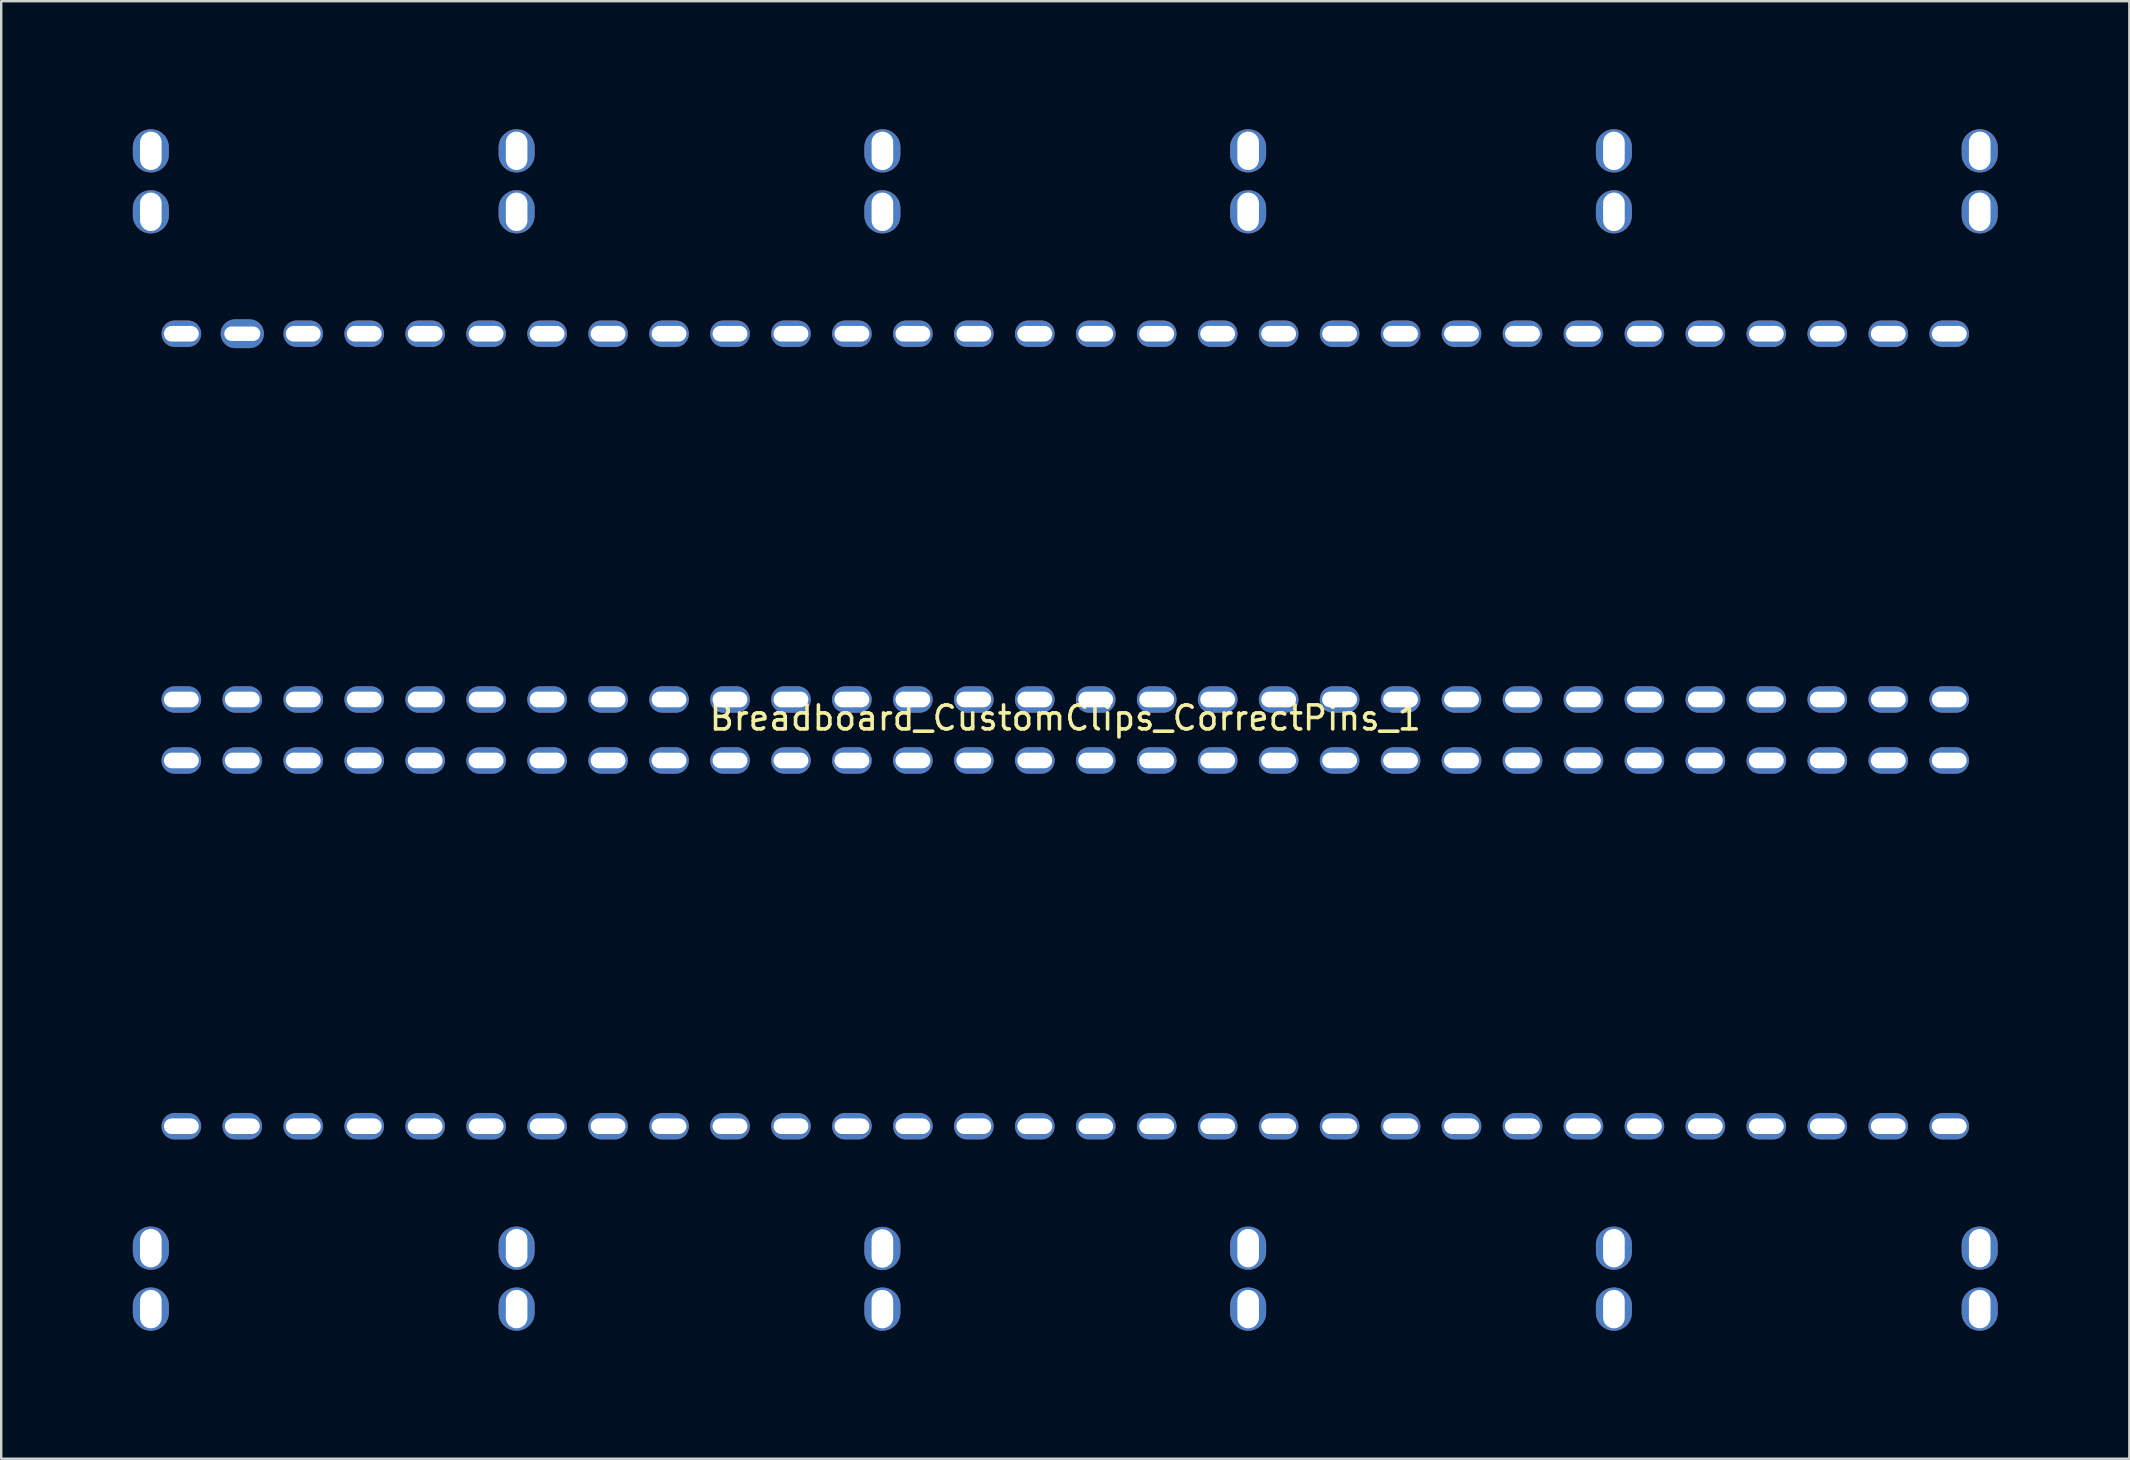
<source format=kicad_pcb>
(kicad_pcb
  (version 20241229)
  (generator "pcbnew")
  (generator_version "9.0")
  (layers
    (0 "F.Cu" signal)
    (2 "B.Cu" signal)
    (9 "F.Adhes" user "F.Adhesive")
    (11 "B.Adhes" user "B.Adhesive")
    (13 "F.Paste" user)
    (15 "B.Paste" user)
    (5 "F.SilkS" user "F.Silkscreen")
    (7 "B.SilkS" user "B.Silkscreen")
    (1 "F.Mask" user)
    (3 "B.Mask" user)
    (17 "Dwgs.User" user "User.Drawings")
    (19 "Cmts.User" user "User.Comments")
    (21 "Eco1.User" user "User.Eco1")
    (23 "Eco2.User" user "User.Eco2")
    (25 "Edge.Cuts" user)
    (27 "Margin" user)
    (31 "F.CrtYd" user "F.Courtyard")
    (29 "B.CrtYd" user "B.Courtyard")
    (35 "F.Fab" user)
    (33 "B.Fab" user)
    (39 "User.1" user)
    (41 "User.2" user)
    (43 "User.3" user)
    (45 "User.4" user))
  (footprint "Breadboard_CustomClips_CorrectPins_1"
    (layer "F.Cu")
    (at 41.335 27.365)
    (property "Reference" "Breadboard_CustomClips_CorrectPins_1" (at 0 -0.5 0) (unlocked yes) (layer "F.SilkS") (effects (font (size 1 1) (thickness 0.15))))
    (attr smd)
    (fp_rect (start -41.275 -27.305) (end 41.275 27.305) (stroke (width 0.12) (type default)) (fill no) (layer "User.3"))
    (fp_rect (start -38.125 -10.16) (end -35.56 -7.62) (stroke (width 0.12) (type default)) (fill no) (layer "User.4"))
    (fp_rect (start -38.125 7.62) (end -35.56 10.16) (stroke (width 0.12) (type default)) (fill no) (layer "User.4"))
    (fp_rect (start -38.125 7.62) (end -35.56 10.16) (stroke (width 0.12) (type default)) (fill no) (layer "User.4"))
    (fp_rect (start -35.585 -10.16) (end -33.02 -7.62) (stroke (width 0.12) (type default)) (fill no) (layer "User.4"))
    (fp_rect (start -35.585 7.62) (end -33.02 10.16) (stroke (width 0.12) (type default)) (fill no) (layer "User.4"))
    (fp_rect (start -35.585 7.62) (end -33.02 10.16) (stroke (width 0.12) (type default)) (fill no) (layer "User.4"))
    (fp_rect (start -33.045 -10.16) (end -30.48 -7.62) (stroke (width 0.12) (type default)) (fill no) (layer "User.4"))
    (fp_rect (start -33.045 7.62) (end -30.48 10.16) (stroke (width 0.12) (type default)) (fill no) (layer "User.4"))
    (fp_rect (start -33.045 7.62) (end -30.48 10.16) (stroke (width 0.12) (type default)) (fill no) (layer "User.4"))
    (fp_rect (start -30.505 -10.16) (end -27.94 -7.62) (stroke (width 0.12) (type default)) (fill no) (layer "User.4"))
    (fp_rect (start -30.505 7.62) (end -27.94 10.16) (stroke (width 0.12) (type default)) (fill no) (layer "User.4"))
    (fp_rect (start -30.505 7.62) (end -27.94 10.16) (stroke (width 0.12) (type default)) (fill no) (layer "User.4"))
    (fp_rect (start -29.21 -25.413) (end -31.75 -22.847) (stroke (width 0.12) (type default)) (fill no) (layer "User.4"))
    (fp_rect (start -29.21 -22.873) (end -31.75 -20.307) (stroke (width 0.12) (type default)) (fill no) (layer "User.4"))
    (fp_rect (start -29.21 20.307) (end -31.75 22.873) (stroke (width 0.12) (type default)) (fill no) (layer "User.4"))
    (fp_rect (start -29.21 22.847) (end -31.75 25.413) (stroke (width 0.12) (type default)) (fill no) (layer "User.4"))
    (fp_rect (start -27.965 -10.16) (end -25.4 -7.62) (stroke (width 0.12) (type default)) (fill no) (layer "User.4"))
    (fp_rect (start -27.965 7.62) (end -25.4 10.16) (stroke (width 0.12) (type default)) (fill no) (layer "User.4"))
    (fp_rect (start -27.965 7.62) (end -25.4 10.16) (stroke (width 0.12) (type default)) (fill no) (layer "User.4"))
    (fp_rect (start -25.425 -10.16) (end -22.86 -7.62) (stroke (width 0.12) (type default)) (fill no) (layer "User.4"))
    (fp_rect (start -25.425 7.62) (end -22.86 10.16) (stroke (width 0.12) (type default)) (fill no) (layer "User.4"))
    (fp_rect (start -25.425 7.62) (end -22.86 10.16) (stroke (width 0.12) (type default)) (fill no) (layer "User.4"))
    (fp_rect (start -22.885 -10.16) (end -20.32 -7.62) (stroke (width 0.12) (type default)) (fill no) (layer "User.4"))
    (fp_rect (start -22.885 7.62) (end -20.32 10.16) (stroke (width 0.12) (type default)) (fill no) (layer "User.4"))
    (fp_rect (start -22.885 7.62) (end -20.32 10.16) (stroke (width 0.12) (type default)) (fill no) (layer "User.4"))
    (fp_rect (start -20.345 -10.16) (end -17.78 -7.62) (stroke (width 0.12) (type default)) (fill no) (layer "User.4"))
    (fp_rect (start -20.345 7.62) (end -17.78 10.16) (stroke (width 0.12) (type default)) (fill no) (layer "User.4"))
    (fp_rect (start -20.345 7.62) (end -17.78 10.16) (stroke (width 0.12) (type default)) (fill no) (layer "User.4"))
    (fp_rect (start -17.805 -10.16) (end -15.24 -7.62) (stroke (width 0.12) (type default)) (fill no) (layer "User.4"))
    (fp_rect (start -17.805 7.62) (end -15.24 10.16) (stroke (width 0.12) (type default)) (fill no) (layer "User.4"))
    (fp_rect (start -17.805 7.62) (end -15.24 10.16) (stroke (width 0.12) (type default)) (fill no) (layer "User.4"))
    (fp_rect (start -15.265 -10.16) (end -12.7 -7.62) (stroke (width 0.12) (type default)) (fill no) (layer "User.4"))
    (fp_rect (start -15.265 7.62) (end -12.7 10.16) (stroke (width 0.12) (type default)) (fill no) (layer "User.4"))
    (fp_rect (start -15.265 7.62) (end -12.7 10.16) (stroke (width 0.12) (type default)) (fill no) (layer "User.4"))
    (fp_rect (start -13.97 -25.413) (end -16.51 -22.847) (stroke (width 0.12) (type default)) (fill no) (layer "User.4"))
    (fp_rect (start -13.97 -22.873) (end -16.51 -20.307) (stroke (width 0.12) (type default)) (fill no) (layer "User.4"))
    (fp_rect (start -13.97 20.307) (end -16.51 22.873) (stroke (width 0.12) (type default)) (fill no) (layer "User.4"))
    (fp_rect (start -13.97 22.847) (end -16.51 25.413) (stroke (width 0.12) (type default)) (fill no) (layer "User.4"))
    (fp_rect (start -12.7 -10.16) (end -10.135 -7.62) (stroke (width 0.12) (type default)) (fill no) (layer "User.4"))
    (fp_rect (start -12.7 7.62) (end -10.135 10.16) (stroke (width 0.12) (type default)) (fill no) (layer "User.4"))
    (fp_rect (start -12.7 7.62) (end -10.135 10.16) (stroke (width 0.12) (type default)) (fill no) (layer "User.4"))
    (fp_rect (start -10.16 -10.16) (end -7.595 -7.62) (stroke (width 0.12) (type default)) (fill no) (layer "User.4"))
    (fp_rect (start -10.16 7.62) (end -7.595 10.16) (stroke (width 0.12) (type default)) (fill no) (layer "User.4"))
    (fp_rect (start -10.16 7.62) (end -7.595 10.16) (stroke (width 0.12) (type default)) (fill no) (layer "User.4"))
    (fp_rect (start -7.62 -10.16) (end -5.055 -7.62) (stroke (width 0.12) (type default)) (fill no) (layer "User.4"))
    (fp_rect (start -7.62 7.62) (end -5.055 10.16) (stroke (width 0.12) (type default)) (fill no) (layer "User.4"))
    (fp_rect (start -7.62 7.62) (end -5.055 10.16) (stroke (width 0.12) (type default)) (fill no) (layer "User.4"))
    (fp_rect (start -5.08 -10.16) (end -2.515 -7.62) (stroke (width 0.12) (type default)) (fill no) (layer "User.4"))
    (fp_rect (start -5.08 7.62) (end -2.515 10.16) (stroke (width 0.12) (type default)) (fill no) (layer "User.4"))
    (fp_rect (start -5.08 7.62) (end -2.515 10.16) (stroke (width 0.12) (type default)) (fill no) (layer "User.4"))
    (fp_rect (start -2.54 -10.16) (end 0.025 -7.62) (stroke (width 0.12) (type default)) (fill no) (layer "User.4"))
    (fp_rect (start -2.54 7.62) (end 0.025 10.16) (stroke (width 0.12) (type default)) (fill no) (layer "User.4"))
    (fp_rect (start -0.025 -10.16) (end 2.54 -7.62) (stroke (width 0.12) (type default)) (fill no) (layer "User.4"))
    (fp_rect (start -0.025 7.62) (end 2.54 10.16) (stroke (width 0.12) (type default)) (fill no) (layer "User.4"))
    (fp_rect (start 0 -10.16) (end 2.565 -7.62) (stroke (width 0.12) (type default)) (fill no) (layer "User.4"))
    (fp_rect (start 0 7.62) (end 2.565 10.16) (stroke (width 0.12) (type default)) (fill no) (layer "User.4"))
    (fp_rect (start 1.27 -25.413) (end -1.27 -22.847) (stroke (width 0.12) (type default)) (fill no) (layer "User.4"))
    (fp_rect (start 1.27 -22.873) (end -1.27 -20.307) (stroke (width 0.12) (type default)) (fill no) (layer "User.4"))
    (fp_rect (start 1.27 20.307) (end -1.27 22.873) (stroke (width 0.12) (type default)) (fill no) (layer "User.4"))
    (fp_rect (start 1.27 22.847) (end -1.27 25.413) (stroke (width 0.12) (type default)) (fill no) (layer "User.4"))
    (fp_rect (start 2.515 -10.16) (end 5.08 -7.62) (stroke (width 0.12) (type default)) (fill no) (layer "User.4"))
    (fp_rect (start 2.515 7.62) (end 5.08 10.16) (stroke (width 0.12) (type default)) (fill no) (layer "User.4"))
    (fp_rect (start 2.54 -10.16) (end 5.105 -7.62) (stroke (width 0.12) (type default)) (fill no) (layer "User.4"))
    (fp_rect (start 2.54 7.62) (end 5.105 10.16) (stroke (width 0.12) (type default)) (fill no) (layer "User.4"))
    (fp_rect (start 5.055 -10.16) (end 7.62 -7.62) (stroke (width 0.12) (type default)) (fill no) (layer "User.4"))
    (fp_rect (start 5.055 7.62) (end 7.62 10.16) (stroke (width 0.12) (type default)) (fill no) (layer "User.4"))
    (fp_rect (start 5.08 -10.16) (end 7.645 -7.62) (stroke (width 0.12) (type default)) (fill no) (layer "User.4"))
    (fp_rect (start 5.08 7.62) (end 7.645 10.16) (stroke (width 0.12) (type default)) (fill no) (layer "User.4"))
    (fp_rect (start 7.595 -10.16) (end 10.16 -7.62) (stroke (width 0.12) (type default)) (fill no) (layer "User.4"))
    (fp_rect (start 7.595 7.62) (end 10.16 10.16) (stroke (width 0.12) (type default)) (fill no) (layer "User.4"))
    (fp_rect (start 7.62 -10.16) (end 10.185 -7.62) (stroke (width 0.12) (type default)) (fill no) (layer "User.4"))
    (fp_rect (start 7.62 7.62) (end 10.185 10.16) (stroke (width 0.12) (type default)) (fill no) (layer "User.4"))
    (fp_rect (start 10.135 -10.16) (end 12.7 -7.62) (stroke (width 0.12) (type default)) (fill no) (layer "User.4"))
    (fp_rect (start 10.135 7.62) (end 12.7 10.16) (stroke (width 0.12) (type default)) (fill no) (layer "User.4"))
    (fp_rect (start 10.16 -10.16) (end 12.725 -7.62) (stroke (width 0.12) (type default)) (fill no) (layer "User.4"))
    (fp_rect (start 10.16 7.62) (end 12.725 10.16) (stroke (width 0.12) (type default)) (fill no) (layer "User.4"))
    (fp_rect (start 12.675 -10.16) (end 15.24 -7.62) (stroke (width 0.12) (type default)) (fill no) (layer "User.4"))
    (fp_rect (start 12.675 -10.16) (end 15.24 -7.62) (stroke (width 0.12) (type default)) (fill no) (layer "User.4"))
    (fp_rect (start 12.675 7.62) (end 15.24 10.16) (stroke (width 0.12) (type default)) (fill no) (layer "User.4"))
    (fp_rect (start 12.687 7.62) (end 15.253 10.16) (stroke (width 0.12) (type default)) (fill no) (layer "User.4"))
    (fp_rect (start 15.215 -10.16) (end 17.78 -7.62) (stroke (width 0.12) (type default)) (fill no) (layer "User.4"))
    (fp_rect (start 15.215 7.62) (end 17.78 10.16) (stroke (width 0.12) (type default)) (fill no) (layer "User.4"))
    (fp_rect (start 15.227 -10.16) (end 17.793 -7.62) (stroke (width 0.12) (type default)) (fill no) (layer "User.4"))
    (fp_rect (start 15.227 7.62) (end 17.793 10.16) (stroke (width 0.12) (type default)) (fill no) (layer "User.4"))
    (fp_rect (start 16.51 -25.413) (end 13.97 -22.847) (stroke (width 0.12) (type default)) (fill no) (layer "User.4"))
    (fp_rect (start 16.51 -22.885) (end 13.97 -20.32) (stroke (width 0.12) (type default)) (fill no) (layer "User.4"))
    (fp_rect (start 16.51 20.307) (end 13.97 22.873) (stroke (width 0.12) (type default)) (fill no) (layer "User.4"))
    (fp_rect (start 16.51 22.847) (end 13.97 25.413) (stroke (width 0.12) (type default)) (fill no) (layer "User.4"))
    (fp_rect (start 17.755 -10.16) (end 20.32 -7.62) (stroke (width 0.12) (type default)) (fill no) (layer "User.4"))
    (fp_rect (start 17.755 7.62) (end 20.32 10.16) (stroke (width 0.12) (type default)) (fill no) (layer "User.4"))
    (fp_rect (start 17.767 -10.16) (end 20.333 -7.62) (stroke (width 0.12) (type default)) (fill no) (layer "User.4"))
    (fp_rect (start 17.767 7.62) (end 20.333 10.16) (stroke (width 0.12) (type default)) (fill no) (layer "User.4"))
    (fp_rect (start 20.295 -10.16) (end 22.86 -7.62) (stroke (width 0.12) (type default)) (fill no) (layer "User.4"))
    (fp_rect (start 20.295 7.62) (end 22.86 10.16) (stroke (width 0.12) (type default)) (fill no) (layer "User.4"))
    (fp_rect (start 20.307 -10.16) (end 22.873 -7.62) (stroke (width 0.12) (type default)) (fill no) (layer "User.4"))
    (fp_rect (start 20.307 7.62) (end 22.873 10.16) (stroke (width 0.12) (type default)) (fill no) (layer "User.4"))
    (fp_rect (start 22.835 -10.16) (end 25.4 -7.62) (stroke (width 0.12) (type default)) (fill no) (layer "User.4"))
    (fp_rect (start 22.835 7.62) (end 25.4 10.16) (stroke (width 0.12) (type default)) (fill no) (layer "User.4"))
    (fp_rect (start 22.847 -10.16) (end 25.413 -7.62) (stroke (width 0.12) (type default)) (fill no) (layer "User.4"))
    (fp_rect (start 22.847 7.62) (end 25.413 10.16) (stroke (width 0.12) (type default)) (fill no) (layer "User.4"))
    (fp_rect (start 25.387 -10.16) (end 27.953 -7.62) (stroke (width 0.12) (type default)) (fill no) (layer "User.4"))
    (fp_rect (start 25.387 7.62) (end 27.953 10.16) (stroke (width 0.12) (type default)) (fill no) (layer "User.4"))
    (fp_rect (start 25.4 -10.16) (end 27.965 -7.62) (stroke (width 0.12) (type default)) (fill no) (layer "User.4"))
    (fp_rect (start 25.4 7.62) (end 27.965 10.16) (stroke (width 0.12) (type default)) (fill no) (layer "User.4"))
    (fp_rect (start 27.927 -10.16) (end 30.493 -7.62) (stroke (width 0.12) (type default)) (fill no) (layer "User.4"))
    (fp_rect (start 27.927 7.62) (end 30.493 10.16) (stroke (width 0.12) (type default)) (fill no) (layer "User.4"))
    (fp_rect (start 27.94 -10.16) (end 30.505 -7.62) (stroke (width 0.12) (type default)) (fill no) (layer "User.4"))
    (fp_rect (start 27.94 7.62) (end 30.505 10.16) (stroke (width 0.12) (type default)) (fill no) (layer "User.4"))
    (fp_rect (start 30.467 -10.16) (end 33.033 -7.62) (stroke (width 0.12) (type default)) (fill no) (layer "User.4"))
    (fp_rect (start 30.467 7.62) (end 33.033 10.16) (stroke (width 0.12) (type default)) (fill no) (layer "User.4"))
    (fp_rect (start 30.48 -10.16) (end 33.045 -7.62) (stroke (width 0.12) (type default)) (fill no) (layer "User.4"))
    (fp_rect (start 30.48 7.62) (end 33.045 10.16) (stroke (width 0.12) (type default)) (fill no) (layer "User.4"))
    (fp_rect (start 31.75 -25.413) (end 29.21 -22.847) (stroke (width 0.12) (type default)) (fill no) (layer "User.4"))
    (fp_rect (start 31.75 -22.873) (end 29.21 -20.307) (stroke (width 0.12) (type default)) (fill no) (layer "User.4"))
    (fp_rect (start 31.75 20.307) (end 29.21 22.873) (stroke (width 0.12) (type default)) (fill no) (layer "User.4"))
    (fp_rect (start 31.75 22.847) (end 29.21 25.413) (stroke (width 0.12) (type default)) (fill no) (layer "User.4"))
    (fp_rect (start 33.007 -10.16) (end 35.573 -7.62) (stroke (width 0.12) (type default)) (fill no) (layer "User.4"))
    (fp_rect (start 33.007 7.62) (end 35.573 10.16) (stroke (width 0.12) (type default)) (fill no) (layer "User.4"))
    (fp_rect (start 33.02 -10.16) (end 35.585 -7.62) (stroke (width 0.12) (type default)) (fill no) (layer "User.4"))
    (fp_rect (start 33.02 7.62) (end 35.585 10.16) (stroke (width 0.12) (type default)) (fill no) (layer "User.4"))
    (fp_rect (start 35.547 -10.16) (end 38.113 -7.62) (stroke (width 0.12) (type default)) (fill no) (layer "User.4"))
    (fp_rect (start 35.547 7.62) (end 38.113 10.16) (stroke (width 0.12) (type default)) (fill no) (layer "User.4"))
    (pad "1" thru_hole oval (at -36.83 -16.51) (size 1.65 1.1) (drill oval 1.45 0.65) (layers "*.Cu" "*.Mask"))
    (pad "1" thru_hole oval (at -36.83 -1.27) (size 1.65 1.1) (drill oval 1.45 0.65) (layers "*.Cu" "*.Mask"))
    (pad "2" thru_hole oval (at -34.29 -16.51) (size 1.8 1.2) (drill oval 1.5 0.6) (layers "*.Cu" "*.Mask"))
    (pad "2" thru_hole oval (at -34.29 -1.27) (size 1.65 1.1) (drill oval 1.45 0.65) (layers "*.Cu" "*.Mask"))
    (pad "3" thru_hole oval (at -31.75 -16.51) (size 1.65 1.1) (drill oval 1.45 0.65) (layers "*.Cu" "*.Mask"))
    (pad "3" thru_hole oval (at -31.75 -1.27) (size 1.65 1.1) (drill oval 1.45 0.65) (layers "*.Cu" "*.Mask"))
    (pad "4" thru_hole oval (at -29.21 -16.51) (size 1.65 1.1) (drill oval 1.45 0.65) (layers "*.Cu" "*.Mask"))
    (pad "4" thru_hole oval (at -29.21 -1.27) (size 1.65 1.1) (drill oval 1.45 0.65) (layers "*.Cu" "*.Mask"))
    (pad "5" thru_hole oval (at -26.67 -16.51) (size 1.65 1.1) (drill oval 1.45 0.65) (layers "*.Cu" "*.Mask"))
    (pad "5" thru_hole oval (at -26.67 -1.27) (size 1.65 1.1) (drill oval 1.45 0.65) (layers "*.Cu" "*.Mask"))
    (pad "6" thru_hole oval (at -24.13 -16.51) (size 1.65 1.1) (drill oval 1.45 0.65) (layers "*.Cu" "*.Mask"))
    (pad "6" thru_hole oval (at -24.13 -1.27) (size 1.65 1.1) (drill oval 1.45 0.65) (layers "*.Cu" "*.Mask"))
    (pad "7" thru_hole oval (at -21.59 -16.51) (size 1.65 1.1) (drill oval 1.45 0.65) (layers "*.Cu" "*.Mask"))
    (pad "7" thru_hole oval (at -21.59 -1.27) (size 1.65 1.1) (drill oval 1.45 0.65) (layers "*.Cu" "*.Mask"))
    (pad "8" thru_hole oval (at -19.05 -16.51) (size 1.65 1.1) (drill oval 1.45 0.65) (layers "*.Cu" "*.Mask"))
    (pad "8" thru_hole oval (at -19.05 -1.27) (size 1.65 1.1) (drill oval 1.45 0.65) (layers "*.Cu" "*.Mask"))
    (pad "9" thru_hole oval (at -16.51 -16.51) (size 1.65 1.1) (drill oval 1.45 0.65) (layers "*.Cu" "*.Mask"))
    (pad "9" thru_hole oval (at -16.51 -1.27) (size 1.65 1.1) (drill oval 1.45 0.65) (layers "*.Cu" "*.Mask"))
    (pad "10" thru_hole oval (at -13.97 -16.51) (size 1.65 1.1) (drill oval 1.45 0.65) (layers "*.Cu" "*.Mask"))
    (pad "10" thru_hole oval (at -13.97 -1.27) (size 1.65 1.1) (drill oval 1.45 0.65) (layers "*.Cu" "*.Mask"))
    (pad "11" thru_hole oval (at -11.43 -16.51) (size 1.65 1.1) (drill oval 1.45 0.65) (layers "*.Cu" "*.Mask"))
    (pad "11" thru_hole oval (at -11.43 -1.27) (size 1.65 1.1) (drill oval 1.45 0.65) (layers "*.Cu" "*.Mask"))
    (pad "12" thru_hole oval (at -8.89 -16.51) (size 1.65 1.1) (drill oval 1.45 0.65) (layers "*.Cu" "*.Mask"))
    (pad "12" thru_hole oval (at -8.89 -1.27) (size 1.65 1.1) (drill oval 1.45 0.65) (layers "*.Cu" "*.Mask"))
    (pad "13" thru_hole oval (at -6.35 -16.51) (size 1.65 1.1) (drill oval 1.45 0.65) (layers "*.Cu" "*.Mask"))
    (pad "13" thru_hole oval (at -6.35 -1.27) (size 1.65 1.1) (drill oval 1.45 0.65) (layers "*.Cu" "*.Mask"))
    (pad "14" thru_hole oval (at -3.81 -16.51) (size 1.65 1.1) (drill oval 1.45 0.65) (layers "*.Cu" "*.Mask"))
    (pad "14" thru_hole oval (at -3.81 -1.27) (size 1.65 1.1) (drill oval 1.45 0.65) (layers "*.Cu" "*.Mask"))
    (pad "15" thru_hole oval (at -1.27 -16.51) (size 1.65 1.1) (drill oval 1.45 0.65) (layers "*.Cu" "*.Mask"))
    (pad "15" thru_hole oval (at -1.27 -1.27) (size 1.65 1.1) (drill oval 1.45 0.65) (layers "*.Cu" "*.Mask"))
    (pad "16" thru_hole oval (at 1.27 -16.51) (size 1.65 1.1) (drill oval 1.45 0.65) (layers "*.Cu" "*.Mask"))
    (pad "16" thru_hole oval (at 1.27 -1.27) (size 1.65 1.1) (drill oval 1.45 0.65) (layers "*.Cu" "*.Mask"))
    (pad "17" thru_hole oval (at 3.81 -16.51) (size 1.65 1.1) (drill oval 1.45 0.65) (layers "*.Cu" "*.Mask"))
    (pad "17" thru_hole oval (at 3.81 -1.27) (size 1.65 1.1) (drill oval 1.45 0.65) (layers "*.Cu" "*.Mask"))
    (pad "18" thru_hole oval (at 6.35 -16.51) (size 1.65 1.1) (drill oval 1.45 0.65) (layers "*.Cu" "*.Mask"))
    (pad "18" thru_hole oval (at 6.35 -1.27) (size 1.65 1.1) (drill oval 1.45 0.65) (layers "*.Cu" "*.Mask"))
    (pad "19" thru_hole oval (at 8.89 -16.51) (size 1.65 1.1) (drill oval 1.45 0.65) (layers "*.Cu" "*.Mask"))
    (pad "19" thru_hole oval (at 8.89 -1.27) (size 1.65 1.1) (drill oval 1.45 0.65) (layers "*.Cu" "*.Mask"))
    (pad "20" thru_hole oval (at 11.43 -16.51) (size 1.65 1.1) (drill oval 1.45 0.65) (layers "*.Cu" "*.Mask"))
    (pad "20" thru_hole oval (at 11.43 -1.27) (size 1.65 1.1) (drill oval 1.45 0.65) (layers "*.Cu" "*.Mask"))
    (pad "21" thru_hole oval (at 13.97 -16.51) (size 1.65 1.1) (drill oval 1.45 0.65) (layers "*.Cu" "*.Mask"))
    (pad "21" thru_hole oval (at 13.97 -1.27) (size 1.65 1.1) (drill oval 1.45 0.65) (layers "*.Cu" "*.Mask"))
    (pad "22" thru_hole oval (at 16.51 -16.51) (size 1.65 1.1) (drill oval 1.45 0.65) (layers "*.Cu" "*.Mask"))
    (pad "22" thru_hole oval (at 16.51 -1.27) (size 1.65 1.1) (drill oval 1.45 0.65) (layers "*.Cu" "*.Mask"))
    (pad "23" thru_hole oval (at 19.05 -16.51) (size 1.65 1.1) (drill oval 1.45 0.65) (layers "*.Cu" "*.Mask"))
    (pad "23" thru_hole oval (at 19.05 -1.27) (size 1.65 1.1) (drill oval 1.45 0.65) (layers "*.Cu" "*.Mask"))
    (pad "24" thru_hole oval (at 21.59 -16.51) (size 1.65 1.1) (drill oval 1.45 0.65) (layers "*.Cu" "*.Mask"))
    (pad "24" thru_hole oval (at 21.59 -1.27) (size 1.65 1.1) (drill oval 1.45 0.65) (layers "*.Cu" "*.Mask"))
    (pad "25" thru_hole oval (at 24.13 -16.51) (size 1.65 1.1) (drill oval 1.45 0.65) (layers "*.Cu" "*.Mask"))
    (pad "25" thru_hole oval (at 24.13 -1.27) (size 1.65 1.1) (drill oval 1.45 0.65) (layers "*.Cu" "*.Mask"))
    (pad "26" thru_hole oval (at 26.67 -16.51) (size 1.65 1.1) (drill oval 1.45 0.65) (layers "*.Cu" "*.Mask"))
    (pad "26" thru_hole oval (at 26.67 -1.27) (size 1.65 1.1) (drill oval 1.45 0.65) (layers "*.Cu" "*.Mask"))
    (pad "27" thru_hole oval (at 29.21 -16.51) (size 1.65 1.1) (drill oval 1.45 0.65) (layers "*.Cu" "*.Mask"))
    (pad "27" thru_hole oval (at 29.21 -1.27) (size 1.65 1.1) (drill oval 1.45 0.65) (layers "*.Cu" "*.Mask"))
    (pad "28" thru_hole oval (at 31.75 -16.51) (size 1.65 1.1) (drill oval 1.45 0.65) (layers "*.Cu" "*.Mask"))
    (pad "28" thru_hole oval (at 31.75 -1.27) (size 1.65 1.1) (drill oval 1.45 0.65) (layers "*.Cu" "*.Mask"))
    (pad "29" thru_hole oval (at 34.29 -16.51) (size 1.65 1.1) (drill oval 1.45 0.65) (layers "*.Cu" "*.Mask"))
    (pad "29" thru_hole oval (at 34.29 -1.27) (size 1.65 1.1) (drill oval 1.45 0.65) (layers "*.Cu" "*.Mask"))
    (pad "30" thru_hole oval (at 36.83 -16.51) (size 1.65 1.1) (drill oval 1.45 0.65) (layers "*.Cu" "*.Mask"))
    (pad "30" thru_hole oval (at 36.83 -1.27) (size 1.65 1.1) (drill oval 1.45 0.65) (layers "*.Cu" "*.Mask"))
    (pad "31" thru_hole oval (at -36.83 1.27) (size 1.65 1.1) (drill oval 1.45 0.65) (layers "*.Cu" "*.Mask"))
    (pad "31" thru_hole oval (at -36.83 16.51) (size 1.65 1.1) (drill oval 1.45 0.65) (layers "*.Cu" "*.Mask"))
    (pad "32" thru_hole oval (at -34.29 1.27) (size 1.65 1.1) (drill oval 1.45 0.65) (layers "*.Cu" "*.Mask"))
    (pad "32" thru_hole oval (at -34.29 16.51) (size 1.65 1.1) (drill oval 1.45 0.65) (layers "*.Cu" "*.Mask"))
    (pad "33" thru_hole oval (at -31.75 1.27) (size 1.65 1.1) (drill oval 1.45 0.65) (layers "*.Cu" "*.Mask"))
    (pad "33" thru_hole oval (at -31.75 16.51) (size 1.65 1.1) (drill oval 1.45 0.65) (layers "*.Cu" "*.Mask"))
    (pad "34" thru_hole oval (at -29.21 1.27) (size 1.65 1.1) (drill oval 1.45 0.65) (layers "*.Cu" "*.Mask"))
    (pad "34" thru_hole oval (at -29.21 16.51) (size 1.65 1.1) (drill oval 1.45 0.65) (layers "*.Cu" "*.Mask"))
    (pad "35" thru_hole oval (at -26.67 1.27) (size 1.65 1.1) (drill oval 1.45 0.65) (layers "*.Cu" "*.Mask"))
    (pad "35" thru_hole oval (at -26.67 16.51) (size 1.65 1.1) (drill oval 1.45 0.65) (layers "*.Cu" "*.Mask"))
    (pad "36" thru_hole oval (at -24.13 1.27) (size 1.65 1.1) (drill oval 1.45 0.65) (layers "*.Cu" "*.Mask"))
    (pad "36" thru_hole oval (at -24.13 16.51) (size 1.65 1.1) (drill oval 1.45 0.65) (layers "*.Cu" "*.Mask"))
    (pad "37" thru_hole oval (at -21.59 1.27) (size 1.65 1.1) (drill oval 1.45 0.65) (layers "*.Cu" "*.Mask"))
    (pad "37" thru_hole oval (at -21.59 16.51) (size 1.65 1.1) (drill oval 1.45 0.65) (layers "*.Cu" "*.Mask"))
    (pad "38" thru_hole oval (at -19.05 1.27) (size 1.65 1.1) (drill oval 1.45 0.65) (layers "*.Cu" "*.Mask"))
    (pad "38" thru_hole oval (at -19.05 16.51) (size 1.65 1.1) (drill oval 1.45 0.65) (layers "*.Cu" "*.Mask"))
    (pad "39" thru_hole oval (at -16.51 1.27) (size 1.65 1.1) (drill oval 1.45 0.65) (layers "*.Cu" "*.Mask"))
    (pad "39" thru_hole oval (at -16.51 16.51) (size 1.65 1.1) (drill oval 1.45 0.65) (layers "*.Cu" "*.Mask"))
    (pad "40" thru_hole oval (at -13.97 1.27) (size 1.65 1.1) (drill oval 1.45 0.65) (layers "*.Cu" "*.Mask"))
    (pad "40" thru_hole oval (at -13.97 16.51) (size 1.65 1.1) (drill oval 1.45 0.65) (layers "*.Cu" "*.Mask"))
    (pad "41" thru_hole oval (at -11.43 1.27) (size 1.65 1.1) (drill oval 1.45 0.65) (layers "*.Cu" "*.Mask"))
    (pad "41" thru_hole oval (at -11.43 16.51) (size 1.65 1.1) (drill oval 1.45 0.65) (layers "*.Cu" "*.Mask"))
    (pad "42" thru_hole oval (at -8.89 1.27) (size 1.65 1.1) (drill oval 1.45 0.65) (layers "*.Cu" "*.Mask"))
    (pad "42" thru_hole oval (at -8.89 16.51) (size 1.65 1.1) (drill oval 1.45 0.65) (layers "*.Cu" "*.Mask"))
    (pad "43" thru_hole oval (at -6.35 1.27) (size 1.65 1.1) (drill oval 1.45 0.65) (layers "*.Cu" "*.Mask"))
    (pad "43" thru_hole oval (at -6.35 16.51) (size 1.65 1.1) (drill oval 1.45 0.65) (layers "*.Cu" "*.Mask"))
    (pad "44" thru_hole oval (at -3.81 1.27) (size 1.65 1.1) (drill oval 1.45 0.65) (layers "*.Cu" "*.Mask"))
    (pad "44" thru_hole oval (at -3.81 16.51) (size 1.65 1.1) (drill oval 1.45 0.65) (layers "*.Cu" "*.Mask"))
    (pad "45" thru_hole oval (at -1.27 1.27) (size 1.65 1.1) (drill oval 1.45 0.65) (layers "*.Cu" "*.Mask"))
    (pad "45" thru_hole oval (at -1.27 16.51) (size 1.65 1.1) (drill oval 1.45 0.65) (layers "*.Cu" "*.Mask"))
    (pad "46" thru_hole oval (at 1.27 1.27) (size 1.65 1.1) (drill oval 1.45 0.65) (layers "*.Cu" "*.Mask"))
    (pad "46" thru_hole oval (at 1.27 16.51) (size 1.65 1.1) (drill oval 1.45 0.65) (layers "*.Cu" "*.Mask"))
    (pad "47" thru_hole oval (at 3.81 1.27) (size 1.65 1.1) (drill oval 1.45 0.65) (layers "*.Cu" "*.Mask"))
    (pad "47" thru_hole oval (at 3.81 16.51) (size 1.65 1.1) (drill oval 1.45 0.65) (layers "*.Cu" "*.Mask"))
    (pad "48" thru_hole oval (at 6.35 1.27) (size 1.65 1.1) (drill oval 1.45 0.65) (layers "*.Cu" "*.Mask"))
    (pad "48" thru_hole oval (at 6.35 16.51) (size 1.65 1.1) (drill oval 1.45 0.65) (layers "*.Cu" "*.Mask"))
    (pad "49" thru_hole oval (at 8.89 1.27) (size 1.65 1.1) (drill oval 1.45 0.65) (layers "*.Cu" "*.Mask"))
    (pad "49" thru_hole oval (at 8.89 16.51) (size 1.65 1.1) (drill oval 1.45 0.65) (layers "*.Cu" "*.Mask"))
    (pad "50" thru_hole oval (at 11.43 1.27) (size 1.65 1.1) (drill oval 1.45 0.65) (layers "*.Cu" "*.Mask"))
    (pad "50" thru_hole oval (at 11.43 16.51) (size 1.65 1.1) (drill oval 1.45 0.65) (layers "*.Cu" "*.Mask"))
    (pad "51" thru_hole oval (at 13.97 1.27) (size 1.65 1.1) (drill oval 1.45 0.65) (layers "*.Cu" "*.Mask"))
    (pad "51" thru_hole oval (at 13.97 16.51) (size 1.65 1.1) (drill oval 1.45 0.65) (layers "*.Cu" "*.Mask"))
    (pad "52" thru_hole oval (at 16.51 1.27) (size 1.65 1.1) (drill oval 1.45 0.65) (layers "*.Cu" "*.Mask"))
    (pad "52" thru_hole oval (at 16.51 16.51) (size 1.65 1.1) (drill oval 1.45 0.65) (layers "*.Cu" "*.Mask"))
    (pad "53" thru_hole oval (at 19.05 1.27) (size 1.65 1.1) (drill oval 1.45 0.65) (layers "*.Cu" "*.Mask"))
    (pad "53" thru_hole oval (at 19.05 16.51) (size 1.65 1.1) (drill oval 1.45 0.65) (layers "*.Cu" "*.Mask"))
    (pad "54" thru_hole oval (at 21.59 1.27) (size 1.65 1.1) (drill oval 1.45 0.65) (layers "*.Cu" "*.Mask"))
    (pad "54" thru_hole oval (at 21.59 16.51) (size 1.65 1.1) (drill oval 1.45 0.65) (layers "*.Cu" "*.Mask"))
    (pad "55" thru_hole oval (at 24.13 1.27) (size 1.65 1.1) (drill oval 1.45 0.65) (layers "*.Cu" "*.Mask"))
    (pad "55" thru_hole oval (at 24.13 16.51) (size 1.65 1.1) (drill oval 1.45 0.65) (layers "*.Cu" "*.Mask"))
    (pad "56" thru_hole oval (at 26.67 1.27) (size 1.65 1.1) (drill oval 1.45 0.65) (layers "*.Cu" "*.Mask"))
    (pad "56" thru_hole oval (at 26.67 16.51) (size 1.65 1.1) (drill oval 1.45 0.65) (layers "*.Cu" "*.Mask"))
    (pad "57" thru_hole oval (at 29.21 1.27) (size 1.65 1.1) (drill oval 1.45 0.65) (layers "*.Cu" "*.Mask"))
    (pad "57" thru_hole oval (at 29.21 16.51) (size 1.65 1.1) (drill oval 1.45 0.65) (layers "*.Cu" "*.Mask"))
    (pad "58" thru_hole oval (at 31.75 1.27) (size 1.65 1.1) (drill oval 1.45 0.65) (layers "*.Cu" "*.Mask"))
    (pad "58" thru_hole oval (at 31.75 16.51) (size 1.65 1.1) (drill oval 1.45 0.65) (layers "*.Cu" "*.Mask"))
    (pad "59" thru_hole oval (at 34.29 1.27) (size 1.65 1.1) (drill oval 1.45 0.65) (layers "*.Cu" "*.Mask"))
    (pad "59" thru_hole oval (at 34.29 16.51) (size 1.65 1.1) (drill oval 1.45 0.65) (layers "*.Cu" "*.Mask"))
    (pad "60" thru_hole oval (at 36.83 1.27) (size 1.65 1.1) (drill oval 1.45 0.65) (layers "*.Cu" "*.Mask"))
    (pad "60" thru_hole oval (at 36.83 16.51) (size 1.65 1.1) (drill oval 1.45 0.65) (layers "*.Cu" "*.Mask"))
    (pad "61" thru_hole oval (at -38.1 -24.13) (size 1.5 1.8) (drill oval 0.9 1.6) (layers "*.Cu" "*.Mask"))
    (pad "61" thru_hole oval (at -22.86 -24.13) (size 1.5 1.8) (drill oval 0.9 1.6) (layers "*.Cu" "*.Mask"))
    (pad "61" thru_hole oval (at -7.62 -24.13) (size 1.5 1.8) (drill oval 0.9 1.6) (layers "*.Cu" "*.Mask"))
    (pad "61" thru_hole oval (at 7.62 -24.13) (size 1.5 1.8) (drill oval 0.9 1.6) (layers "*.Cu" "*.Mask"))
    (pad "61" thru_hole oval (at 22.86 -24.13) (size 1.5 1.8) (drill oval 0.9 1.6) (layers "*.Cu" "*.Mask"))
    (pad "61" thru_hole oval (at 38.1 -24.13) (size 1.5 1.8) (drill oval 0.9 1.6) (layers "*.Cu" "*.Mask"))
    (pad "62" thru_hole oval (at -38.1 -21.59) (size 1.5 1.8) (drill oval 0.9 1.6) (layers "*.Cu" "*.Mask"))
    (pad "62" thru_hole oval (at -22.86 -21.59) (size 1.5 1.8) (drill oval 0.9 1.6) (layers "*.Cu" "*.Mask"))
    (pad "62" thru_hole oval (at -7.62 -21.59) (size 1.5 1.8) (drill oval 0.9 1.6) (layers "*.Cu" "*.Mask"))
    (pad "62" thru_hole oval (at 7.62 -21.59) (size 1.5 1.8) (drill oval 0.9 1.6) (layers "*.Cu" "*.Mask"))
    (pad "62" thru_hole oval (at 22.86 -21.59) (size 1.5 1.8) (drill oval 0.9 1.6) (layers "*.Cu" "*.Mask"))
    (pad "62" thru_hole oval (at 38.1 -21.59) (size 1.5 1.8) (drill oval 0.9 1.6) (layers "*.Cu" "*.Mask"))
    (pad "63" thru_hole oval (at -38.1 21.59) (size 1.5 1.8) (drill oval 0.9 1.6) (layers "*.Cu" "*.Mask"))
    (pad "63" thru_hole oval (at -22.86 21.59) (size 1.5 1.8) (drill oval 0.9 1.6) (layers "*.Cu" "*.Mask"))
    (pad "63" thru_hole oval (at -7.62 21.603) (size 1.5 1.8) (drill oval 0.9 1.6) (layers "*.Cu" "*.Mask"))
    (pad "63" thru_hole oval (at 7.62 21.59) (size 1.5 1.8) (drill oval 0.9 1.6) (layers "*.Cu" "*.Mask"))
    (pad "63" thru_hole oval (at 22.86 21.59) (size 1.5 1.8) (drill oval 0.9 1.6) (layers "*.Cu" "*.Mask"))
    (pad "63" thru_hole oval (at 38.1 21.59) (size 1.5 1.8) (drill oval 0.9 1.6) (layers "*.Cu" "*.Mask"))
    (pad "64" thru_hole oval (at -38.1 24.13) (size 1.5 1.8) (drill oval 0.9 1.6) (layers "*.Cu" "*.Mask"))
    (pad "64" thru_hole oval (at -22.86 24.13) (size 1.5 1.8) (drill oval 0.9 1.6) (layers "*.Cu" "*.Mask"))
    (pad "64" thru_hole oval (at -7.62 24.13) (size 1.5 1.8) (drill oval 0.9 1.6) (layers "*.Cu" "*.Mask"))
    (pad "64" thru_hole oval (at 7.62 24.13) (size 1.5 1.8) (drill oval 0.9 1.6) (layers "*.Cu" "*.Mask"))
    (pad "64" thru_hole oval (at 22.86 24.13) (size 1.5 1.8) (drill oval 0.9 1.6) (layers "*.Cu" "*.Mask"))
    (pad "64" thru_hole oval (at 38.1 24.13) (size 1.5 1.8) (drill oval 0.9 1.6) (layers "*.Cu" "*.Mask")))
  (gr_rect
    (start -3 -3)
    (end 85.67 57.73)
    (stroke (width 0.1) (type default))
    (fill no)
    (layer "Edge.Cuts")))
</source>
